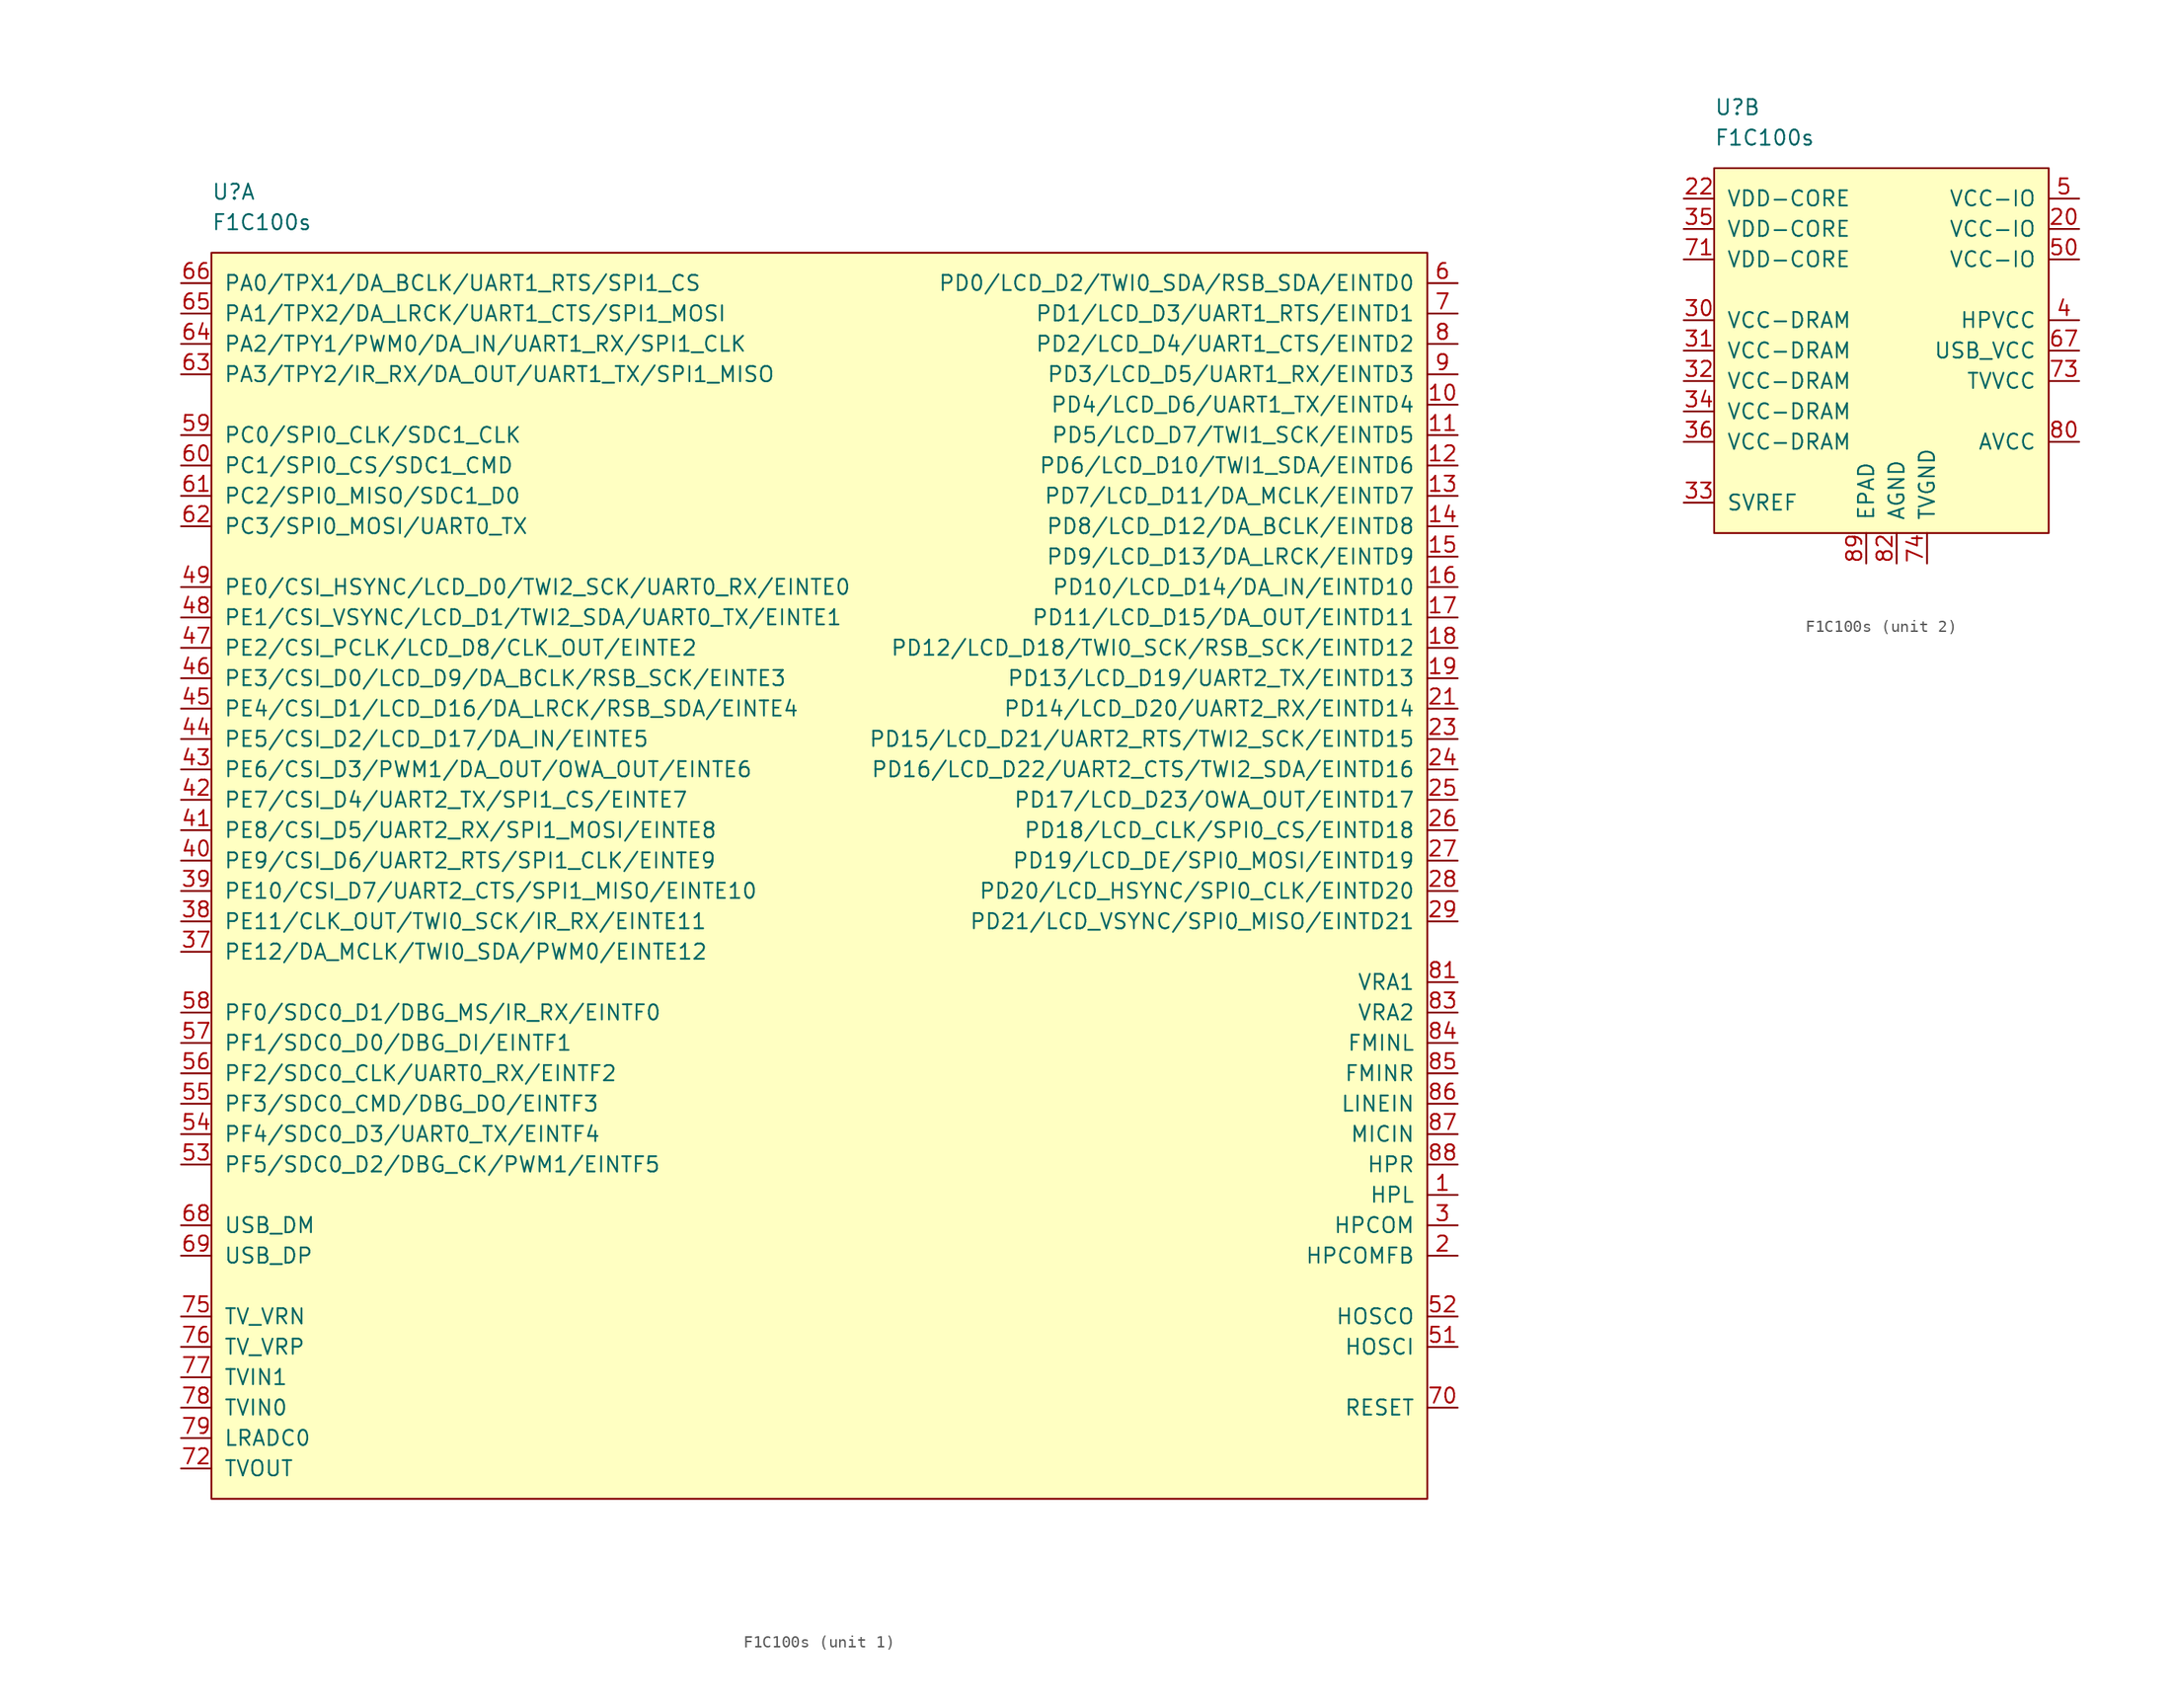
<source format=kicad_sym>
(kicad_symbol_lib
  (version 20211014)
  (generator kicad_symbol_editor)
  (symbol "F1C100s"
    (pin_names
      (offset 1.016))
    (property "Reference" "U"
      (at 0 5.08 0)
      (effects (font (size 1.27 1.27)) (justify left)))
    (property "Value" "F1C100s"
      (at 0 2.54 0)
      (effects (font (size 1.27 1.27)) (justify left)))
    (property "ki_locked" ""
      (at 0 0 0)
      (effects (font (size 1.27 1.27))))
    (symbol "F1C100s_1_1"
      (rectangle (start 0 0) (end 101.6 -104.14) (stroke (width 0) (type default) (color 0 0 0 0)) (fill (type background)))
      (pin output line (at 104.14 -78.74 180) (length 2.54) (name "HPL" (effects (font (size 1.27 1.27)))) (number "1" (effects (font (size 1.27 1.27)))))
      (pin bidirectional line (at 104.14 -12.7 180) (length 2.54) (name "PD4/LCD_D6/UART1_TX/EINTD4" (effects (font (size 1.27 1.27)))) (number "10" (effects (font (size 1.27 1.27)))))
      (pin bidirectional line (at 104.14 -15.24 180) (length 2.54) (name "PD5/LCD_D7/TWI1_SCK/EINTD5" (effects (font (size 1.27 1.27)))) (number "11" (effects (font (size 1.27 1.27)))))
      (pin bidirectional line (at 104.14 -17.78 180) (length 2.54) (name "PD6/LCD_D10/TWI1_SDA/EINTD6" (effects (font (size 1.27 1.27)))) (number "12" (effects (font (size 1.27 1.27)))))
      (pin bidirectional line (at 104.14 -20.32 180) (length 2.54) (name "PD7/LCD_D11/DA_MCLK/EINTD7" (effects (font (size 1.27 1.27)))) (number "13" (effects (font (size 1.27 1.27)))))
      (pin bidirectional line (at 104.14 -22.86 180) (length 2.54) (name "PD8/LCD_D12/DA_BCLK/EINTD8" (effects (font (size 1.27 1.27)))) (number "14" (effects (font (size 1.27 1.27)))))
      (pin bidirectional line (at 104.14 -25.4 180) (length 2.54) (name "PD9/LCD_D13/DA_LRCK/EINTD9" (effects (font (size 1.27 1.27)))) (number "15" (effects (font (size 1.27 1.27)))))
      (pin bidirectional line (at 104.14 -27.94 180) (length 2.54) (name "PD10/LCD_D14/DA_IN/EINTD10" (effects (font (size 1.27 1.27)))) (number "16" (effects (font (size 1.27 1.27)))))
      (pin bidirectional line (at 104.14 -30.48 180) (length 2.54) (name "PD11/LCD_D15/DA_OUT/EINTD11" (effects (font (size 1.27 1.27)))) (number "17" (effects (font (size 1.27 1.27)))))
      (pin bidirectional line (at 104.14 -33.02 180) (length 2.54) (name "PD12/LCD_D18/TWI0_SCK/RSB_SCK/EINTD12" (effects (font (size 1.27 1.27)))) (number "18" (effects (font (size 1.27 1.27)))))
      (pin bidirectional line (at 104.14 -35.56 180) (length 2.54) (name "PD13/LCD_D19/UART2_TX/EINTD13" (effects (font (size 1.27 1.27)))) (number "19" (effects (font (size 1.27 1.27)))))
      (pin input line (at 104.14 -83.82 180) (length 2.54) (name "HPCOMFB" (effects (font (size 1.27 1.27)))) (number "2" (effects (font (size 1.27 1.27)))))
      (pin bidirectional line (at 104.14 -38.1 180) (length 2.54) (name "PD14/LCD_D20/UART2_RX/EINTD14" (effects (font (size 1.27 1.27)))) (number "21" (effects (font (size 1.27 1.27)))))
      (pin bidirectional line (at 104.14 -40.64 180) (length 2.54) (name "PD15/LCD_D21/UART2_RTS/TWI2_SCK/EINTD15" (effects (font (size 1.27 1.27)))) (number "23" (effects (font (size 1.27 1.27)))))
      (pin bidirectional line (at 104.14 -43.18 180) (length 2.54) (name "PD16/LCD_D22/UART2_CTS/TWI2_SDA/EINTD16" (effects (font (size 1.27 1.27)))) (number "24" (effects (font (size 1.27 1.27)))))
      (pin bidirectional line (at 104.14 -45.72 180) (length 2.54) (name "PD17/LCD_D23/OWA_OUT/EINTD17" (effects (font (size 1.27 1.27)))) (number "25" (effects (font (size 1.27 1.27)))))
      (pin bidirectional line (at 104.14 -48.26 180) (length 2.54) (name "PD18/LCD_CLK/SPI0_CS/EINTD18" (effects (font (size 1.27 1.27)))) (number "26" (effects (font (size 1.27 1.27)))))
      (pin bidirectional line (at 104.14 -50.8 180) (length 2.54) (name "PD19/LCD_DE/SPI0_MOSI/EINTD19" (effects (font (size 1.27 1.27)))) (number "27" (effects (font (size 1.27 1.27)))))
      (pin bidirectional line (at 104.14 -53.34 180) (length 2.54) (name "PD20/LCD_HSYNC/SPI0_CLK/EINTD20" (effects (font (size 1.27 1.27)))) (number "28" (effects (font (size 1.27 1.27)))))
      (pin bidirectional line (at 104.14 -55.88 180) (length 2.54) (name "PD21/LCD_VSYNC/SPI0_MISO/EINTD21" (effects (font (size 1.27 1.27)))) (number "29" (effects (font (size 1.27 1.27)))))
      (pin output line (at 104.14 -81.28 180) (length 2.54) (name "HPCOM" (effects (font (size 1.27 1.27)))) (number "3" (effects (font (size 1.27 1.27)))))
      (pin bidirectional line (at -2.54 -58.42 0) (length 2.54) (name "PE12/DA_MCLK/TWI0_SDA/PWM0/EINTE12" (effects (font (size 1.27 1.27)))) (number "37" (effects (font (size 1.27 1.27)))))
      (pin bidirectional line (at -2.54 -55.88 0) (length 2.54) (name "PE11/CLK_OUT/TWI0_SCK/IR_RX/EINTE11" (effects (font (size 1.27 1.27)))) (number "38" (effects (font (size 1.27 1.27)))))
      (pin bidirectional line (at -2.54 -53.34 0) (length 2.54) (name "PE10/CSI_D7/UART2_CTS/SPI1_MISO/EINTE10" (effects (font (size 1.27 1.27)))) (number "39" (effects (font (size 1.27 1.27)))))
      (pin bidirectional line (at -2.54 -50.8 0) (length 2.54) (name "PE9/CSI_D6/UART2_RTS/SPI1_CLK/EINTE9" (effects (font (size 1.27 1.27)))) (number "40" (effects (font (size 1.27 1.27)))))
      (pin bidirectional line (at -2.54 -48.26 0) (length 2.54) (name "PE8/CSI_D5/UART2_RX/SPI1_MOSI/EINTE8" (effects (font (size 1.27 1.27)))) (number "41" (effects (font (size 1.27 1.27)))))
      (pin bidirectional line (at -2.54 -45.72 0) (length 2.54) (name "PE7/CSI_D4/UART2_TX/SPI1_CS/EINTE7" (effects (font (size 1.27 1.27)))) (number "42" (effects (font (size 1.27 1.27)))))
      (pin bidirectional line (at -2.54 -43.18 0) (length 2.54) (name "PE6/CSI_D3/PWM1/DA_OUT/OWA_OUT/EINTE6" (effects (font (size 1.27 1.27)))) (number "43" (effects (font (size 1.27 1.27)))))
      (pin bidirectional line (at -2.54 -40.64 0) (length 2.54) (name "PE5/CSI_D2/LCD_D17/DA_IN/EINTE5" (effects (font (size 1.27 1.27)))) (number "44" (effects (font (size 1.27 1.27)))))
      (pin bidirectional line (at -2.54 -38.1 0) (length 2.54) (name "PE4/CSI_D1/LCD_D16/DA_LRCK/RSB_SDA/EINTE4" (effects (font (size 1.27 1.27)))) (number "45" (effects (font (size 1.27 1.27)))))
      (pin bidirectional line (at -2.54 -35.56 0) (length 2.54) (name "PE3/CSI_D0/LCD_D9/DA_BCLK/RSB_SCK/EINTE3" (effects (font (size 1.27 1.27)))) (number "46" (effects (font (size 1.27 1.27)))))
      (pin bidirectional line (at -2.54 -33.02 0) (length 2.54) (name "PE2/CSI_PCLK/LCD_D8/CLK_OUT/EINTE2" (effects (font (size 1.27 1.27)))) (number "47" (effects (font (size 1.27 1.27)))))
      (pin bidirectional line (at -2.54 -30.48 0) (length 2.54) (name "PE1/CSI_VSYNC/LCD_D1/TWI2_SDA/UART0_TX/EINTE1" (effects (font (size 1.27 1.27)))) (number "48" (effects (font (size 1.27 1.27)))))
      (pin bidirectional line (at -2.54 -27.94 0) (length 2.54) (name "PE0/CSI_HSYNC/LCD_D0/TWI2_SCK/UART0_RX/EINTE0" (effects (font (size 1.27 1.27)))) (number "49" (effects (font (size 1.27 1.27)))))
      (pin input line (at 104.14 -91.44 180) (length 2.54) (name "HOSCI" (effects (font (size 1.27 1.27)))) (number "51" (effects (font (size 1.27 1.27)))))
      (pin output line (at 104.14 -88.9 180) (length 2.54) (name "HOSCO" (effects (font (size 1.27 1.27)))) (number "52" (effects (font (size 1.27 1.27)))))
      (pin bidirectional line (at -2.54 -76.2 0) (length 2.54) (name "PF5/SDC0_D2/DBG_CK/PWM1/EINTF5" (effects (font (size 1.27 1.27)))) (number "53" (effects (font (size 1.27 1.27)))))
      (pin bidirectional line (at -2.54 -73.66 0) (length 2.54) (name "PF4/SDC0_D3/UART0_TX/EINTF4" (effects (font (size 1.27 1.27)))) (number "54" (effects (font (size 1.27 1.27)))))
      (pin bidirectional line (at -2.54 -71.12 0) (length 2.54) (name "PF3/SDC0_CMD/DBG_DO/EINTF3" (effects (font (size 1.27 1.27)))) (number "55" (effects (font (size 1.27 1.27)))))
      (pin bidirectional line (at -2.54 -68.58 0) (length 2.54) (name "PF2/SDC0_CLK/UART0_RX/EINTF2" (effects (font (size 1.27 1.27)))) (number "56" (effects (font (size 1.27 1.27)))))
      (pin bidirectional line (at -2.54 -66.04 0) (length 2.54) (name "PF1/SDC0_D0/DBG_DI/EINTF1" (effects (font (size 1.27 1.27)))) (number "57" (effects (font (size 1.27 1.27)))))
      (pin bidirectional line (at -2.54 -63.5 0) (length 2.54) (name "PF0/SDC0_D1/DBG_MS/IR_RX/EINTF0" (effects (font (size 1.27 1.27)))) (number "58" (effects (font (size 1.27 1.27)))))
      (pin bidirectional line (at -2.54 -15.24 0) (length 2.54) (name "PC0/SPI0_CLK/SDC1_CLK" (effects (font (size 1.27 1.27)))) (number "59" (effects (font (size 1.27 1.27)))))
      (pin bidirectional line (at 104.14 -2.54 180) (length 2.54) (name "PD0/LCD_D2/TWI0_SDA/RSB_SDA/EINTD0" (effects (font (size 1.27 1.27)))) (number "6" (effects (font (size 1.27 1.27)))))
      (pin bidirectional line (at -2.54 -17.78 0) (length 2.54) (name "PC1/SPI0_CS/SDC1_CMD" (effects (font (size 1.27 1.27)))) (number "60" (effects (font (size 1.27 1.27)))))
      (pin bidirectional line (at -2.54 -20.32 0) (length 2.54) (name "PC2/SPI0_MISO/SDC1_D0" (effects (font (size 1.27 1.27)))) (number "61" (effects (font (size 1.27 1.27)))))
      (pin bidirectional line (at -2.54 -22.86 0) (length 2.54) (name "PC3/SPI0_MOSI/UART0_TX" (effects (font (size 1.27 1.27)))) (number "62" (effects (font (size 1.27 1.27)))))
      (pin bidirectional line (at -2.54 -10.16 0) (length 2.54) (name "PA3/TPY2/IR_RX/DA_OUT/UART1_TX/SPI1_MISO" (effects (font (size 1.27 1.27)))) (number "63" (effects (font (size 1.27 1.27)))))
      (pin bidirectional line (at -2.54 -7.62 0) (length 2.54) (name "PA2/TPY1/PWM0/DA_IN/UART1_RX/SPI1_CLK" (effects (font (size 1.27 1.27)))) (number "64" (effects (font (size 1.27 1.27)))))
      (pin bidirectional line (at -2.54 -5.08 0) (length 2.54) (name "PA1/TPX2/DA_LRCK/UART1_CTS/SPI1_MOSI" (effects (font (size 1.27 1.27)))) (number "65" (effects (font (size 1.27 1.27)))))
      (pin bidirectional line (at -2.54 -2.54 0) (length 2.54) (name "PA0/TPX1/DA_BCLK/UART1_RTS/SPI1_CS" (effects (font (size 1.27 1.27)))) (number "66" (effects (font (size 1.27 1.27)))))
      (pin bidirectional line (at -2.54 -81.28 0) (length 2.54) (name "USB_DM" (effects (font (size 1.27 1.27)))) (number "68" (effects (font (size 1.27 1.27)))))
      (pin bidirectional line (at -2.54 -83.82 0) (length 2.54) (name "USB_DP" (effects (font (size 1.27 1.27)))) (number "69" (effects (font (size 1.27 1.27)))))
      (pin bidirectional line (at 104.14 -5.08 180) (length 2.54) (name "PD1/LCD_D3/UART1_RTS/EINTD1" (effects (font (size 1.27 1.27)))) (number "7" (effects (font (size 1.27 1.27)))))
      (pin input line (at 104.14 -96.52 180) (length 2.54) (name "RESET" (effects (font (size 1.27 1.27)))) (number "70" (effects (font (size 1.27 1.27)))))
      (pin output line (at -2.54 -101.6 0) (length 2.54) (name "TVOUT" (effects (font (size 1.27 1.27)))) (number "72" (effects (font (size 1.27 1.27)))))
      (pin input line (at -2.54 -88.9 0) (length 2.54) (name "TV_VRN" (effects (font (size 1.27 1.27)))) (number "75" (effects (font (size 1.27 1.27)))))
      (pin input line (at -2.54 -91.44 0) (length 2.54) (name "TV_VRP" (effects (font (size 1.27 1.27)))) (number "76" (effects (font (size 1.27 1.27)))))
      (pin input line (at -2.54 -93.98 0) (length 2.54) (name "TVIN1" (effects (font (size 1.27 1.27)))) (number "77" (effects (font (size 1.27 1.27)))))
      (pin input line (at -2.54 -96.52 0) (length 2.54) (name "TVIN0" (effects (font (size 1.27 1.27)))) (number "78" (effects (font (size 1.27 1.27)))))
      (pin input line (at -2.54 -99.06 0) (length 2.54) (name "LRADC0" (effects (font (size 1.27 1.27)))) (number "79" (effects (font (size 1.27 1.27)))))
      (pin bidirectional line (at 104.14 -7.62 180) (length 2.54) (name "PD2/LCD_D4/UART1_CTS/EINTD2" (effects (font (size 1.27 1.27)))) (number "8" (effects (font (size 1.27 1.27)))))
      (pin power_out line (at 104.14 -60.96 180) (length 2.54) (name "VRA1" (effects (font (size 1.27 1.27)))) (number "81" (effects (font (size 1.27 1.27)))))
      (pin power_out line (at 104.14 -63.5 180) (length 2.54) (name "VRA2" (effects (font (size 1.27 1.27)))) (number "83" (effects (font (size 1.27 1.27)))))
      (pin input line (at 104.14 -66.04 180) (length 2.54) (name "FMINL" (effects (font (size 1.27 1.27)))) (number "84" (effects (font (size 1.27 1.27)))))
      (pin input line (at 104.14 -68.58 180) (length 2.54) (name "FMINR" (effects (font (size 1.27 1.27)))) (number "85" (effects (font (size 1.27 1.27)))))
      (pin input line (at 104.14 -71.12 180) (length 2.54) (name "LINEIN" (effects (font (size 1.27 1.27)))) (number "86" (effects (font (size 1.27 1.27)))))
      (pin input line (at 104.14 -73.66 180) (length 2.54) (name "MICIN" (effects (font (size 1.27 1.27)))) (number "87" (effects (font (size 1.27 1.27)))))
      (pin output line (at 104.14 -76.2 180) (length 2.54) (name "HPR" (effects (font (size 1.27 1.27)))) (number "88" (effects (font (size 1.27 1.27)))))
      (pin bidirectional line (at 104.14 -10.16 180) (length 2.54) (name "PD3/LCD_D5/UART1_RX/EINTD3" (effects (font (size 1.27 1.27)))) (number "9" (effects (font (size 1.27 1.27))))))
    (symbol "F1C100s_2_1"
      (rectangle (start 0 0) (end 27.94 -30.48) (stroke (width 0) (type default) (color 0 0 0 0)) (fill (type background)))
      (pin power_in line (at 30.48 -5.08 180) (length 2.54) (name "VCC-IO" (effects (font (size 1.27 1.27)))) (number "20" (effects (font (size 1.27 1.27)))))
      (pin power_in line (at -2.54 -2.54 0) (length 2.54) (name "VDD-CORE" (effects (font (size 1.27 1.27)))) (number "22" (effects (font (size 1.27 1.27)))))
      (pin power_in line (at -2.54 -12.7 0) (length 2.54) (name "VCC-DRAM" (effects (font (size 1.27 1.27)))) (number "30" (effects (font (size 1.27 1.27)))))
      (pin power_in line (at -2.54 -15.24 0) (length 2.54) (name "VCC-DRAM" (effects (font (size 1.27 1.27)))) (number "31" (effects (font (size 1.27 1.27)))))
      (pin power_in line (at -2.54 -17.78 0) (length 2.54) (name "VCC-DRAM" (effects (font (size 1.27 1.27)))) (number "32" (effects (font (size 1.27 1.27)))))
      (pin input line (at -2.54 -27.94 0) (length 2.54) (name "SVREF" (effects (font (size 1.27 1.27)))) (number "33" (effects (font (size 1.27 1.27)))))
      (pin power_in line (at -2.54 -20.32 0) (length 2.54) (name "VCC-DRAM" (effects (font (size 1.27 1.27)))) (number "34" (effects (font (size 1.27 1.27)))))
      (pin power_in line (at -2.54 -5.08 0) (length 2.54) (name "VDD-CORE" (effects (font (size 1.27 1.27)))) (number "35" (effects (font (size 1.27 1.27)))))
      (pin power_in line (at -2.54 -22.86 0) (length 2.54) (name "VCC-DRAM" (effects (font (size 1.27 1.27)))) (number "36" (effects (font (size 1.27 1.27)))))
      (pin power_in line (at 30.48 -12.7 180) (length 2.54) (name "HPVCC" (effects (font (size 1.27 1.27)))) (number "4" (effects (font (size 1.27 1.27)))))
      (pin power_in line (at 30.48 -2.54 180) (length 2.54) (name "VCC-IO" (effects (font (size 1.27 1.27)))) (number "5" (effects (font (size 1.27 1.27)))))
      (pin power_in line (at 30.48 -7.62 180) (length 2.54) (name "VCC-IO" (effects (font (size 1.27 1.27)))) (number "50" (effects (font (size 1.27 1.27)))))
      (pin power_in line (at 30.48 -15.24 180) (length 2.54) (name "USB_VCC" (effects (font (size 1.27 1.27)))) (number "67" (effects (font (size 1.27 1.27)))))
      (pin power_in line (at -2.54 -7.62 0) (length 2.54) (name "VDD-CORE" (effects (font (size 1.27 1.27)))) (number "71" (effects (font (size 1.27 1.27)))))
      (pin power_in line (at 30.48 -17.78 180) (length 2.54) (name "TVVCC" (effects (font (size 1.27 1.27)))) (number "73" (effects (font (size 1.27 1.27)))))
      (pin power_in line (at 17.78 -33.02 90) (length 2.54) (name "TVGND" (effects (font (size 1.27 1.27)))) (number "74" (effects (font (size 1.27 1.27)))))
      (pin power_in line (at 30.48 -22.86 180) (length 2.54) (name "AVCC" (effects (font (size 1.27 1.27)))) (number "80" (effects (font (size 1.27 1.27)))))
      (pin power_in line (at 15.24 -33.02 90) (length 2.54) (name "AGND" (effects (font (size 1.27 1.27)))) (number "82" (effects (font (size 1.27 1.27)))))
      (pin power_in line (at 12.7 -33.02 90) (length 2.54) (name "EPAD" (effects (font (size 1.27 1.27)))) (number "89" (effects (font (size 1.27 1.27))))))))
</source>
